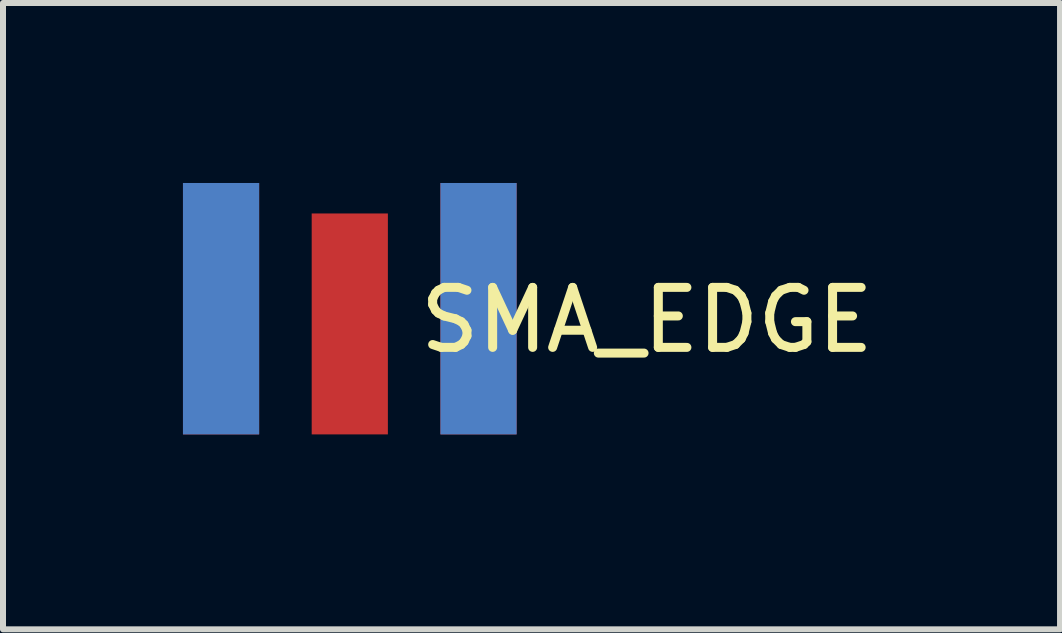
<source format=kicad_pcb>
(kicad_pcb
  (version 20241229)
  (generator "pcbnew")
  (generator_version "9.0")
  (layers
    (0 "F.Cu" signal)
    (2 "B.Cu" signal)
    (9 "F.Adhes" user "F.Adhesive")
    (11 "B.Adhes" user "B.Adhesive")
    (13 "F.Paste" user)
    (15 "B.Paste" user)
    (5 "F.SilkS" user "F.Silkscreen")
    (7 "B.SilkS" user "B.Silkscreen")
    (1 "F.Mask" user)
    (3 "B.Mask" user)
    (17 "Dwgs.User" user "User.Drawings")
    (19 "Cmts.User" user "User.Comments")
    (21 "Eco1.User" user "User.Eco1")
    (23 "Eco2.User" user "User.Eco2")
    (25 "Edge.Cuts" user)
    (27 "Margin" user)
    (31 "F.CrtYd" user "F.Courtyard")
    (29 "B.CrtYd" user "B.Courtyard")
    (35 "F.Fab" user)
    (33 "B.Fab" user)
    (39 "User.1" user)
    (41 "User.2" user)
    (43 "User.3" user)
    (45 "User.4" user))
  (footprint "SMA_EDGE"
    (layer "F.Cu")
    (at 2.781 4.191)
    (property "Reference" "SMA_EDGE" (at 4.953 -1.905 0) (layer "F.SilkS") (effects (font (size 1 1) (thickness 0.15))))
    (attr through_hole)
    (pad "1" smd rect (at 0 -1.841) (size 1.27 3.683) (layers "F.Cu" "F.Mask" "F.Paste"))
    (pad "2" smd rect (at -2.146 -2.095) (size 1.27 4.191) (layers "F.Cu" "F.Mask" "F.Paste"))
    (pad "2" smd rect (at -2.146 -2.095) (size 1.27 4.191) (layers "B.Cu" "B.Mask" "B.Paste"))
    (pad "2" smd rect (at 2.146 -2.095) (size 1.27 4.191) (layers "F.Cu" "F.Mask" "F.Paste"))
    (pad "2" smd rect (at 2.146 -2.095) (size 1.27 4.191) (layers "B.Cu" "B.Mask" "B.Paste")))
  (gr_rect
    (start -3 -3)
    (end 14.621 7.441)
    (stroke (width 0.1) (type default))
    (fill no)
    (layer "Edge.Cuts")))
</source>
